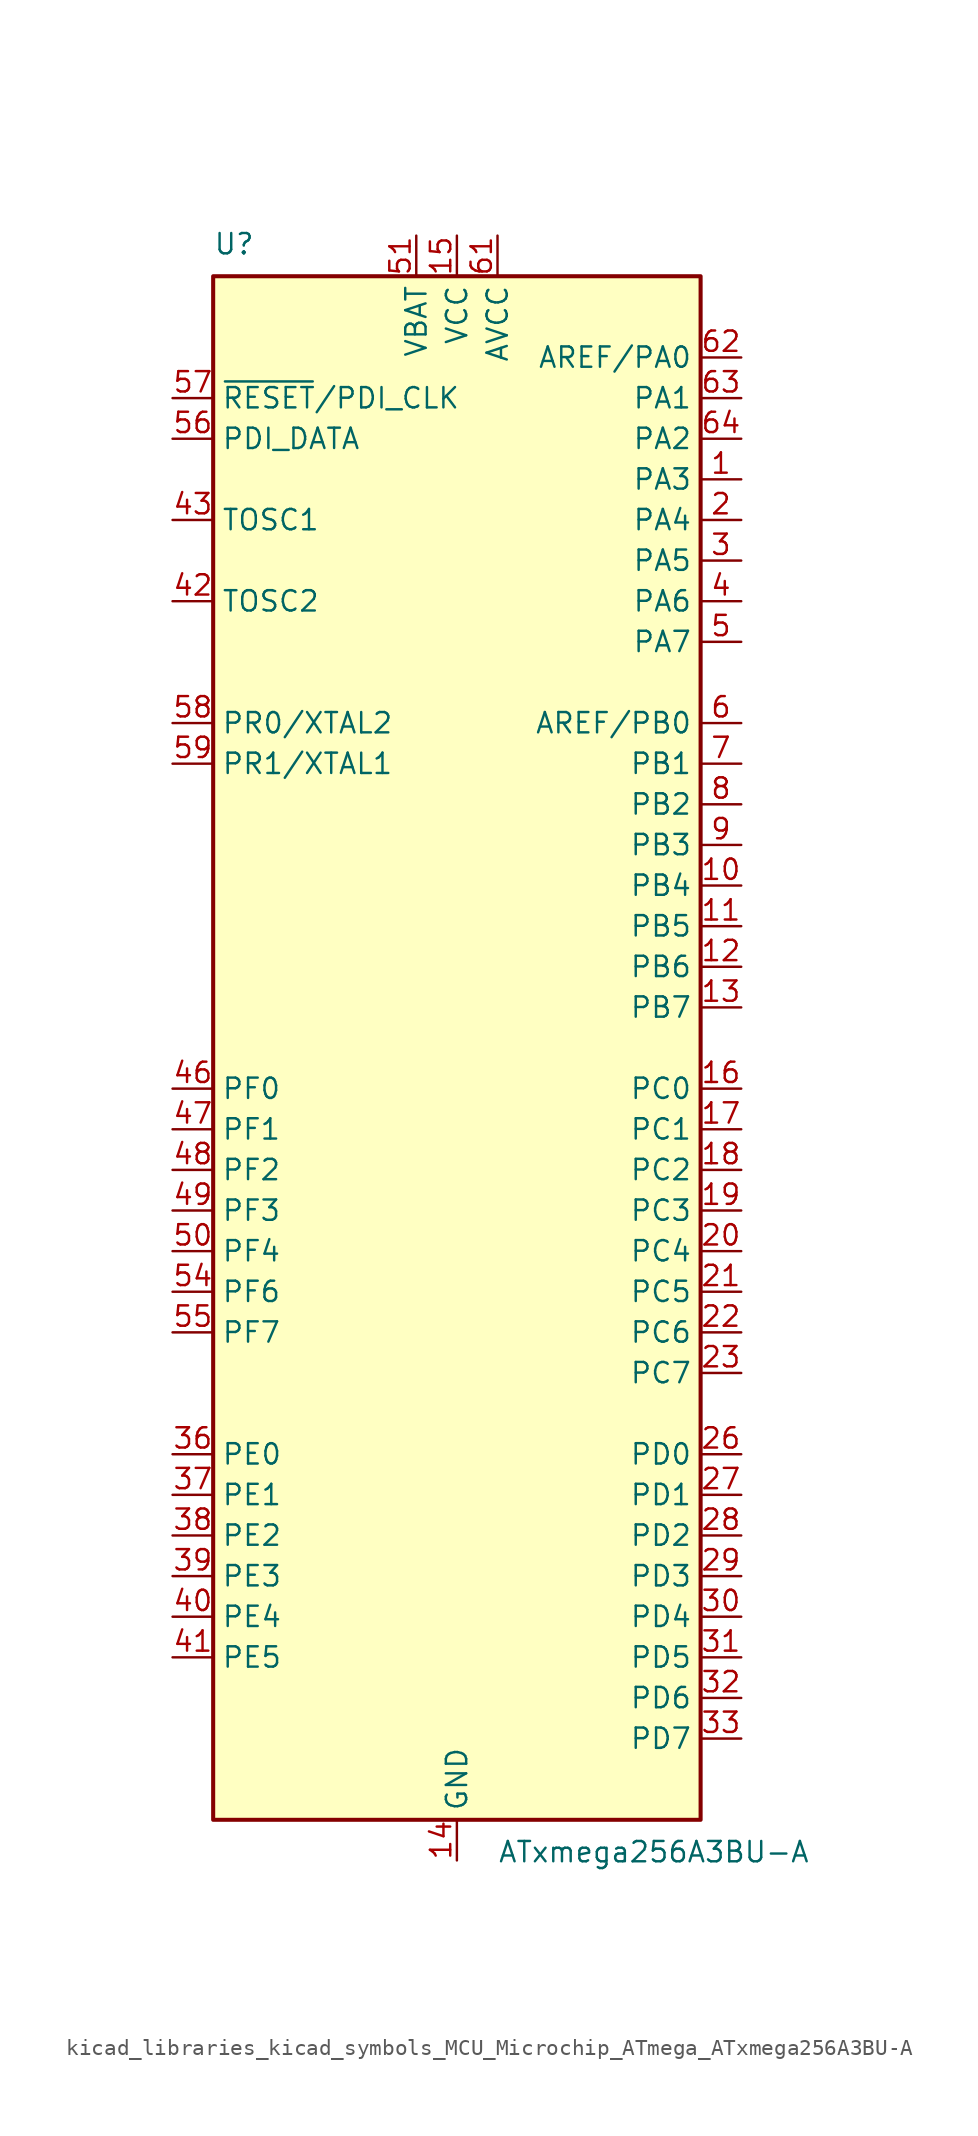
<source format=kicad_sym>
(kicad_symbol_lib
  (version 20220914)
  (generator kicad_symbol_editor)
  (symbol "kicad_libraries_kicad_symbols_MCU_Microchip_ATmega_ATxmega256A3BU-A"
    (property "Reference" "U"
      (at -15.24 49.53 0)
      (effects (font (size 1.27 1.27)) (justify left bottom)))
    (property "Value" "ATxmega256A3BU-A"
      (at 2.54 -49.53 0)
      (effects (font (size 1.27 1.27)) (justify left top)))
    (symbol "kicad_libraries_kicad_symbols_MCU_Microchip_ATmega_ATxmega256A3BU-A_0_1"
      (rectangle (start -15.24 -48.26) (end 15.24 48.26) (stroke (width 0.254) (type default)) (fill (type background))))
    (symbol "kicad_libraries_kicad_symbols_MCU_Microchip_ATmega_ATxmega256A3BU-A_1_1"
      (pin bidirectional line (at 17.78 35.56 180) (length 2.54) (name "PA3" (effects (font (size 1.27 1.27)))) (number "1" (effects (font (size 1.27 1.27)))))
      (pin bidirectional line (at 17.78 10.16 180) (length 2.54) (name "PB4" (effects (font (size 1.27 1.27)))) (number "10" (effects (font (size 1.27 1.27)))))
      (pin bidirectional line (at 17.78 7.62 180) (length 2.54) (name "PB5" (effects (font (size 1.27 1.27)))) (number "11" (effects (font (size 1.27 1.27)))))
      (pin bidirectional line (at 17.78 5.08 180) (length 2.54) (name "PB6" (effects (font (size 1.27 1.27)))) (number "12" (effects (font (size 1.27 1.27)))))
      (pin bidirectional line (at 17.78 2.54 180) (length 2.54) (name "PB7" (effects (font (size 1.27 1.27)))) (number "13" (effects (font (size 1.27 1.27)))))
      (pin power_in line (at 0 -50.8 90) (length 2.54) (name "GND" (effects (font (size 1.27 1.27)))) (number "14" (effects (font (size 1.27 1.27)))))
      (pin power_in line (at 0 50.8 270) (length 2.54) (name "VCC" (effects (font (size 1.27 1.27)))) (number "15" (effects (font (size 1.27 1.27)))))
      (pin bidirectional line (at 17.78 -2.54 180) (length 2.54) (name "PC0" (effects (font (size 1.27 1.27)))) (number "16" (effects (font (size 1.27 1.27)))))
      (pin bidirectional line (at 17.78 -5.08 180) (length 2.54) (name "PC1" (effects (font (size 1.27 1.27)))) (number "17" (effects (font (size 1.27 1.27)))))
      (pin bidirectional line (at 17.78 -7.62 180) (length 2.54) (name "PC2" (effects (font (size 1.27 1.27)))) (number "18" (effects (font (size 1.27 1.27)))))
      (pin bidirectional line (at 17.78 -10.16 180) (length 2.54) (name "PC3" (effects (font (size 1.27 1.27)))) (number "19" (effects (font (size 1.27 1.27)))))
      (pin bidirectional line (at 17.78 33.02 180) (length 2.54) (name "PA4" (effects (font (size 1.27 1.27)))) (number "2" (effects (font (size 1.27 1.27)))))
      (pin bidirectional line (at 17.78 -12.7 180) (length 2.54) (name "PC4" (effects (font (size 1.27 1.27)))) (number "20" (effects (font (size 1.27 1.27)))))
      (pin bidirectional line (at 17.78 -15.24 180) (length 2.54) (name "PC5" (effects (font (size 1.27 1.27)))) (number "21" (effects (font (size 1.27 1.27)))))
      (pin bidirectional line (at 17.78 -17.78 180) (length 2.54) (name "PC6" (effects (font (size 1.27 1.27)))) (number "22" (effects (font (size 1.27 1.27)))))
      (pin bidirectional line (at 17.78 -20.32 180) (length 2.54) (name "PC7" (effects (font (size 1.27 1.27)))) (number "23" (effects (font (size 1.27 1.27)))))
      (pin passive line (at 0 -50.8 90) (length 2.54) hide (name "GND" (effects (font (size 1.27 1.27)))) (number "24" (effects (font (size 1.27 1.27)))))
      (pin passive line (at 0 50.8 270) (length 2.54) hide (name "VCC" (effects (font (size 1.27 1.27)))) (number "25" (effects (font (size 1.27 1.27)))))
      (pin bidirectional line (at 17.78 -25.4 180) (length 2.54) (name "PD0" (effects (font (size 1.27 1.27)))) (number "26" (effects (font (size 1.27 1.27)))))
      (pin bidirectional line (at 17.78 -27.94 180) (length 2.54) (name "PD1" (effects (font (size 1.27 1.27)))) (number "27" (effects (font (size 1.27 1.27)))))
      (pin bidirectional line (at 17.78 -30.48 180) (length 2.54) (name "PD2" (effects (font (size 1.27 1.27)))) (number "28" (effects (font (size 1.27 1.27)))))
      (pin bidirectional line (at 17.78 -33.02 180) (length 2.54) (name "PD3" (effects (font (size 1.27 1.27)))) (number "29" (effects (font (size 1.27 1.27)))))
      (pin bidirectional line (at 17.78 30.48 180) (length 2.54) (name "PA5" (effects (font (size 1.27 1.27)))) (number "3" (effects (font (size 1.27 1.27)))))
      (pin bidirectional line (at 17.78 -35.56 180) (length 2.54) (name "PD4" (effects (font (size 1.27 1.27)))) (number "30" (effects (font (size 1.27 1.27)))))
      (pin bidirectional line (at 17.78 -38.1 180) (length 2.54) (name "PD5" (effects (font (size 1.27 1.27)))) (number "31" (effects (font (size 1.27 1.27)))))
      (pin bidirectional line (at 17.78 -40.64 180) (length 2.54) (name "PD6" (effects (font (size 1.27 1.27)))) (number "32" (effects (font (size 1.27 1.27)))))
      (pin bidirectional line (at 17.78 -43.18 180) (length 2.54) (name "PD7" (effects (font (size 1.27 1.27)))) (number "33" (effects (font (size 1.27 1.27)))))
      (pin passive line (at 0 -50.8 90) (length 2.54) hide (name "GND" (effects (font (size 1.27 1.27)))) (number "34" (effects (font (size 1.27 1.27)))))
      (pin passive line (at 0 50.8 270) (length 2.54) hide (name "VCC" (effects (font (size 1.27 1.27)))) (number "35" (effects (font (size 1.27 1.27)))))
      (pin bidirectional line (at -17.78 -25.4 0) (length 2.54) (name "PE0" (effects (font (size 1.27 1.27)))) (number "36" (effects (font (size 1.27 1.27)))))
      (pin bidirectional line (at -17.78 -27.94 0) (length 2.54) (name "PE1" (effects (font (size 1.27 1.27)))) (number "37" (effects (font (size 1.27 1.27)))))
      (pin bidirectional line (at -17.78 -30.48 0) (length 2.54) (name "PE2" (effects (font (size 1.27 1.27)))) (number "38" (effects (font (size 1.27 1.27)))))
      (pin bidirectional line (at -17.78 -33.02 0) (length 2.54) (name "PE3" (effects (font (size 1.27 1.27)))) (number "39" (effects (font (size 1.27 1.27)))))
      (pin bidirectional line (at 17.78 27.94 180) (length 2.54) (name "PA6" (effects (font (size 1.27 1.27)))) (number "4" (effects (font (size 1.27 1.27)))))
      (pin bidirectional line (at -17.78 -35.56 0) (length 2.54) (name "PE4" (effects (font (size 1.27 1.27)))) (number "40" (effects (font (size 1.27 1.27)))))
      (pin bidirectional line (at -17.78 -38.1 0) (length 2.54) (name "PE5" (effects (font (size 1.27 1.27)))) (number "41" (effects (font (size 1.27 1.27)))))
      (pin passive line (at -17.78 27.94 0) (length 2.54) (name "TOSC2" (effects (font (size 1.27 1.27)))) (number "42" (effects (font (size 1.27 1.27)))))
      (pin input line (at -17.78 33.02 0) (length 2.54) (name "TOSC1" (effects (font (size 1.27 1.27)))) (number "43" (effects (font (size 1.27 1.27)))))
      (pin passive line (at 0 -50.8 90) (length 2.54) hide (name "GND" (effects (font (size 1.27 1.27)))) (number "44" (effects (font (size 1.27 1.27)))))
      (pin passive line (at 0 50.8 270) (length 2.54) hide (name "VCC" (effects (font (size 1.27 1.27)))) (number "45" (effects (font (size 1.27 1.27)))))
      (pin bidirectional line (at -17.78 -2.54 0) (length 2.54) (name "PF0" (effects (font (size 1.27 1.27)))) (number "46" (effects (font (size 1.27 1.27)))))
      (pin bidirectional line (at -17.78 -5.08 0) (length 2.54) (name "PF1" (effects (font (size 1.27 1.27)))) (number "47" (effects (font (size 1.27 1.27)))))
      (pin bidirectional line (at -17.78 -7.62 0) (length 2.54) (name "PF2" (effects (font (size 1.27 1.27)))) (number "48" (effects (font (size 1.27 1.27)))))
      (pin bidirectional line (at -17.78 -10.16 0) (length 2.54) (name "PF3" (effects (font (size 1.27 1.27)))) (number "49" (effects (font (size 1.27 1.27)))))
      (pin bidirectional line (at 17.78 25.4 180) (length 2.54) (name "PA7" (effects (font (size 1.27 1.27)))) (number "5" (effects (font (size 1.27 1.27)))))
      (pin bidirectional line (at -17.78 -12.7 0) (length 2.54) (name "PF4" (effects (font (size 1.27 1.27)))) (number "50" (effects (font (size 1.27 1.27)))))
      (pin power_in line (at -2.54 50.8 270) (length 2.54) (name "VBAT" (effects (font (size 1.27 1.27)))) (number "51" (effects (font (size 1.27 1.27)))))
      (pin passive line (at 0 -50.8 90) (length 2.54) hide (name "GND" (effects (font (size 1.27 1.27)))) (number "52" (effects (font (size 1.27 1.27)))))
      (pin passive line (at 0 50.8 270) (length 2.54) hide (name "VCC" (effects (font (size 1.27 1.27)))) (number "53" (effects (font (size 1.27 1.27)))))
      (pin bidirectional line (at -17.78 -15.24 0) (length 2.54) (name "PF6" (effects (font (size 1.27 1.27)))) (number "54" (effects (font (size 1.27 1.27)))))
      (pin bidirectional line (at -17.78 -17.78 0) (length 2.54) (name "PF7" (effects (font (size 1.27 1.27)))) (number "55" (effects (font (size 1.27 1.27)))))
      (pin bidirectional line (at -17.78 38.1 0) (length 2.54) (name "PDI_DATA" (effects (font (size 1.27 1.27)))) (number "56" (effects (font (size 1.27 1.27)))))
      (pin input line (at -17.78 40.64 0) (length 2.54) (name "~{RESET}/PDI_CLK" (effects (font (size 1.27 1.27)))) (number "57" (effects (font (size 1.27 1.27)))))
      (pin bidirectional line (at -17.78 20.32 0) (length 2.54) (name "PR0/XTAL2" (effects (font (size 1.27 1.27)))) (number "58" (effects (font (size 1.27 1.27)))))
      (pin bidirectional line (at -17.78 17.78 0) (length 2.54) (name "PR1/XTAL1" (effects (font (size 1.27 1.27)))) (number "59" (effects (font (size 1.27 1.27)))))
      (pin bidirectional line (at 17.78 20.32 180) (length 2.54) (name "AREF/PB0" (effects (font (size 1.27 1.27)))) (number "6" (effects (font (size 1.27 1.27)))))
      (pin passive line (at 0 -50.8 90) (length 2.54) hide (name "GND" (effects (font (size 1.27 1.27)))) (number "60" (effects (font (size 1.27 1.27)))))
      (pin power_in line (at 2.54 50.8 270) (length 2.54) (name "AVCC" (effects (font (size 1.27 1.27)))) (number "61" (effects (font (size 1.27 1.27)))))
      (pin bidirectional line (at 17.78 43.18 180) (length 2.54) (name "AREF/PA0" (effects (font (size 1.27 1.27)))) (number "62" (effects (font (size 1.27 1.27)))))
      (pin bidirectional line (at 17.78 40.64 180) (length 2.54) (name "PA1" (effects (font (size 1.27 1.27)))) (number "63" (effects (font (size 1.27 1.27)))))
      (pin bidirectional line (at 17.78 38.1 180) (length 2.54) (name "PA2" (effects (font (size 1.27 1.27)))) (number "64" (effects (font (size 1.27 1.27)))))
      (pin bidirectional line (at 17.78 17.78 180) (length 2.54) (name "PB1" (effects (font (size 1.27 1.27)))) (number "7" (effects (font (size 1.27 1.27)))))
      (pin bidirectional line (at 17.78 15.24 180) (length 2.54) (name "PB2" (effects (font (size 1.27 1.27)))) (number "8" (effects (font (size 1.27 1.27)))))
      (pin bidirectional line (at 17.78 12.7 180) (length 2.54) (name "PB3" (effects (font (size 1.27 1.27)))) (number "9" (effects (font (size 1.27 1.27))))))))
</source>
